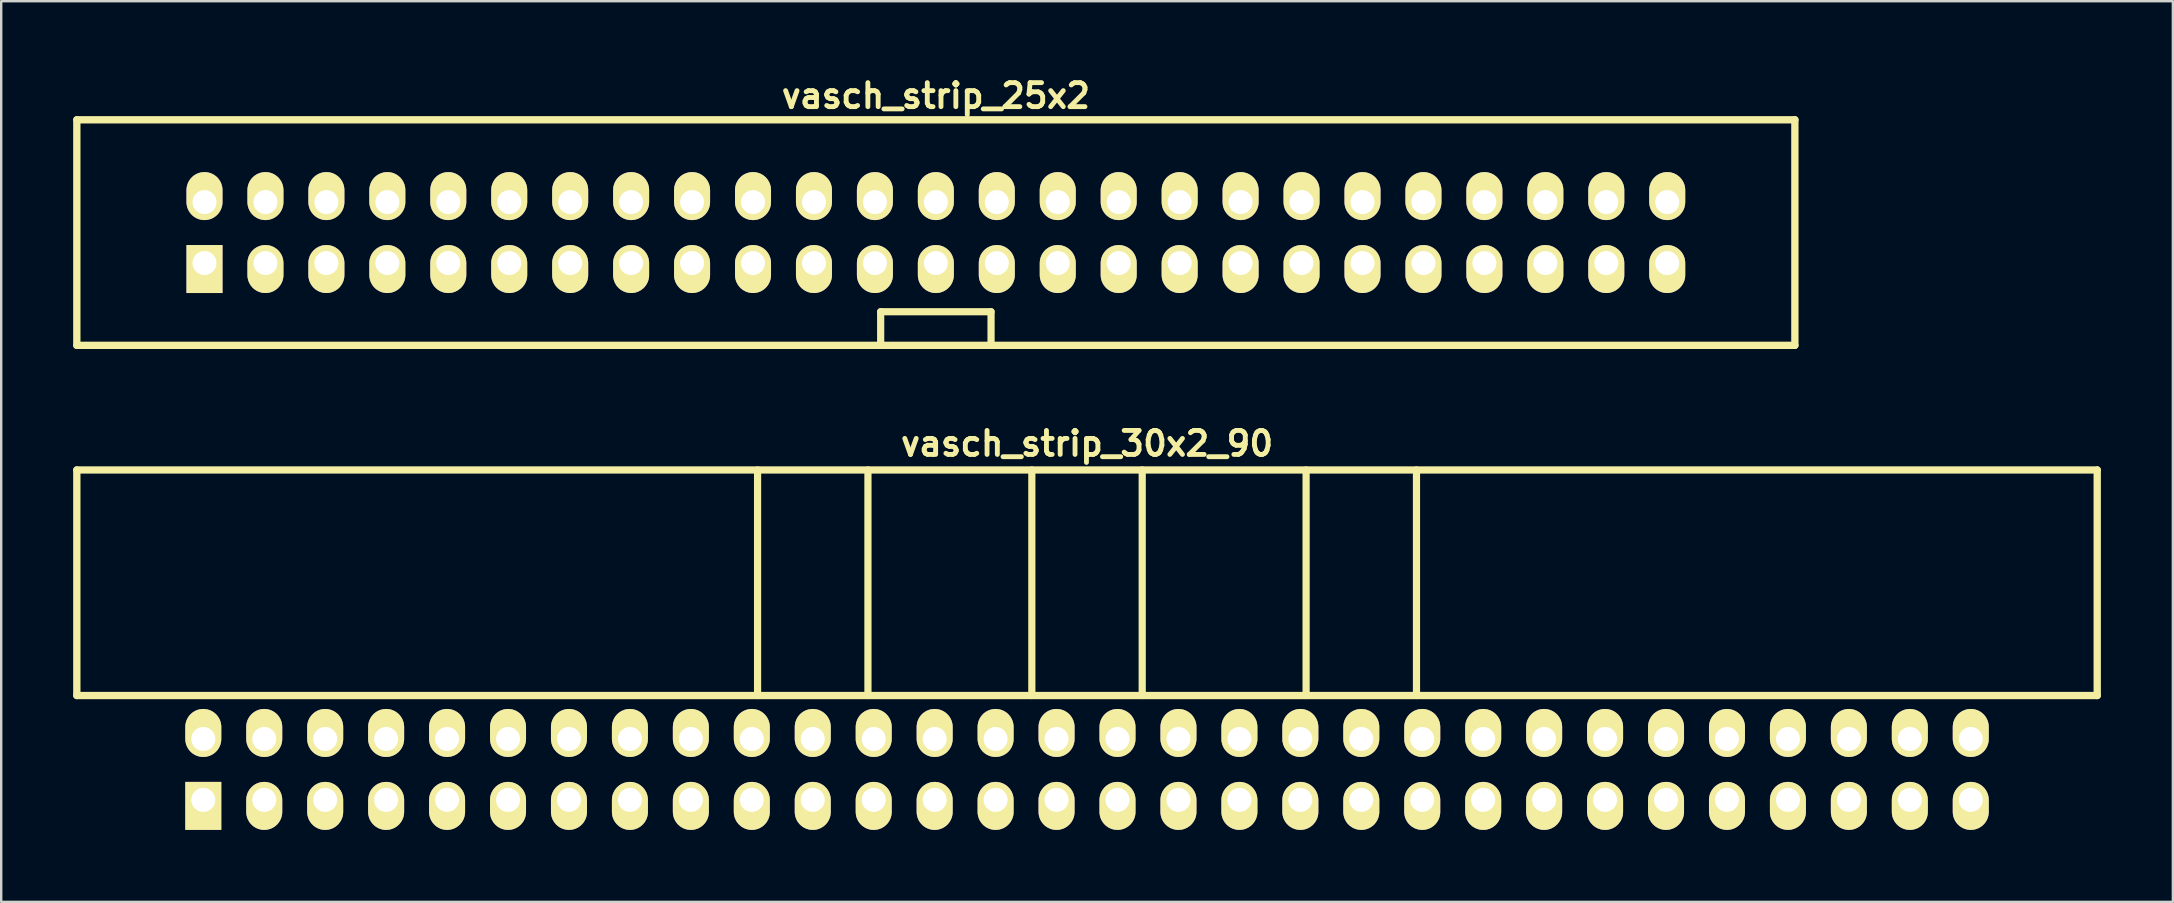
<source format=kicad_pcb>
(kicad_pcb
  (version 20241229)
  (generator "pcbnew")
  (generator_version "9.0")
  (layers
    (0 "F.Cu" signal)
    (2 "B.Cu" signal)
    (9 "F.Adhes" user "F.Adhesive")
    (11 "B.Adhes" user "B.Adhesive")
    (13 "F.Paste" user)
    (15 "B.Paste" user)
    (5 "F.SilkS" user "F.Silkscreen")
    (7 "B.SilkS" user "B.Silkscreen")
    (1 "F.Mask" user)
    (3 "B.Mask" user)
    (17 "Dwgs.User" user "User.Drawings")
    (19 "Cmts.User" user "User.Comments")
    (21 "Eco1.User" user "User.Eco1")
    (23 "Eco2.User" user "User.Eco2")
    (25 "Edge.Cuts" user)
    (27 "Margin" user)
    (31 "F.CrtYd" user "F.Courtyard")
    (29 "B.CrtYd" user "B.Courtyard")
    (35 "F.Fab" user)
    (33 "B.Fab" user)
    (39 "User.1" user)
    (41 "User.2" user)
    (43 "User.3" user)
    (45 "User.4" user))
  (footprint "vasch_strip_25x2"
    (layer "F.Cu")
    (at 35.952 6.642)
    (property "Reference" "vasch_strip_25x2" (at 0 -5.7 0) (layer "F.SilkS") (effects (font (size 1 1) (thickness 0.203))))
    (attr through_hole)
    (fp_line (start -35.8 -4.7) (end -35.8 4.7) (stroke (width 0.305) (type solid)) (layer "F.SilkS"))
    (fp_line (start -35.8 4.7) (end 35.8 4.7) (stroke (width 0.305) (type solid)) (layer "F.SilkS"))
    (fp_line (start -2.3 3.3) (end -2.3 4.7) (stroke (width 0.3) (type solid)) (layer "F.SilkS"))
    (fp_line (start 2.3 3.3) (end -2.3 3.3) (stroke (width 0.3) (type solid)) (layer "F.SilkS"))
    (fp_line (start 2.3 4.7) (end 2.3 3.3) (stroke (width 0.3) (type solid)) (layer "F.SilkS"))
    (fp_line (start 35.8 -4.7) (end -35.8 -4.7) (stroke (width 0.305) (type solid)) (layer "F.SilkS"))
    (fp_line (start 35.8 -4.7) (end 35.8 4.7) (stroke (width 0.305) (type solid)) (layer "F.SilkS"))
    (pad "1" thru_hole rect (at -30.48 1.27) (size 1.5 2) (drill 1 (offset 0 0.25)) (layers "*.Cu" "*.Mask" "F.SilkS"))
    (pad "2" thru_hole oval (at -30.48 -1.27) (size 1.5 2) (drill 1 (offset 0 -0.25)) (layers "*.Cu" "*.Mask" "F.SilkS"))
    (pad "3" thru_hole oval (at -27.94 1.27) (size 1.5 2) (drill 1 (offset 0 0.25)) (layers "*.Cu" "*.Mask" "F.SilkS"))
    (pad "4" thru_hole oval (at -27.94 -1.27) (size 1.5 2) (drill 1 (offset 0 -0.25)) (layers "*.Cu" "*.Mask" "F.SilkS"))
    (pad "5" thru_hole oval (at -25.4 1.27) (size 1.5 2) (drill 1 (offset 0 0.25)) (layers "*.Cu" "*.Mask" "F.SilkS"))
    (pad "6" thru_hole oval (at -25.4 -1.27) (size 1.5 2) (drill 1 (offset 0 -0.25)) (layers "*.Cu" "*.Mask" "F.SilkS"))
    (pad "7" thru_hole oval (at -22.86 1.27) (size 1.5 2) (drill 1 (offset 0 0.25)) (layers "*.Cu" "*.Mask" "F.SilkS"))
    (pad "8" thru_hole oval (at -22.86 -1.27) (size 1.5 2) (drill 1 (offset 0 -0.25)) (layers "*.Cu" "*.Mask" "F.SilkS"))
    (pad "9" thru_hole oval (at -20.32 1.27) (size 1.5 2) (drill 1 (offset 0 0.25)) (layers "*.Cu" "*.Mask" "F.SilkS"))
    (pad "10" thru_hole oval (at -20.32 -1.27) (size 1.5 2) (drill 1 (offset 0 -0.25)) (layers "*.Cu" "*.Mask" "F.SilkS"))
    (pad "11" thru_hole oval (at -17.78 1.27) (size 1.5 2) (drill 1 (offset 0 0.25)) (layers "*.Cu" "*.Mask" "F.SilkS"))
    (pad "12" thru_hole oval (at -17.78 -1.27) (size 1.5 2) (drill 1 (offset 0 -0.25)) (layers "*.Cu" "*.Mask" "F.SilkS"))
    (pad "13" thru_hole oval (at -15.24 1.27) (size 1.5 2) (drill 1 (offset 0 0.25)) (layers "*.Cu" "*.Mask" "F.SilkS"))
    (pad "14" thru_hole oval (at -15.24 -1.27) (size 1.5 2) (drill 1 (offset 0 -0.25)) (layers "*.Cu" "*.Mask" "F.SilkS"))
    (pad "15" thru_hole oval (at -12.7 1.27) (size 1.5 2) (drill 1 (offset 0 0.25)) (layers "*.Cu" "*.Mask" "F.SilkS"))
    (pad "16" thru_hole oval (at -12.7 -1.27) (size 1.5 2) (drill 1 (offset 0 -0.25)) (layers "*.Cu" "*.Mask" "F.SilkS"))
    (pad "17" thru_hole oval (at -10.16 1.27) (size 1.5 2) (drill 1 (offset 0 0.25)) (layers "*.Cu" "*.Mask" "F.SilkS"))
    (pad "18" thru_hole oval (at -10.16 -1.27) (size 1.5 2) (drill 1 (offset 0 -0.25)) (layers "*.Cu" "*.Mask" "F.SilkS"))
    (pad "19" thru_hole oval (at -7.62 1.27) (size 1.5 2) (drill 1 (offset 0 0.25)) (layers "*.Cu" "*.Mask" "F.SilkS"))
    (pad "20" thru_hole oval (at -7.62 -1.27) (size 1.5 2) (drill 1 (offset 0 -0.25)) (layers "*.Cu" "*.Mask" "F.SilkS"))
    (pad "21" thru_hole oval (at -5.08 1.27) (size 1.5 2) (drill 1 (offset 0 0.25)) (layers "*.Cu" "*.Mask" "F.SilkS"))
    (pad "22" thru_hole oval (at -5.08 -1.27) (size 1.5 2) (drill 1 (offset 0 -0.25)) (layers "*.Cu" "*.Mask" "F.SilkS"))
    (pad "23" thru_hole oval (at -2.54 1.27) (size 1.5 2) (drill 1 (offset 0 0.25)) (layers "*.Cu" "*.Mask" "F.SilkS"))
    (pad "24" thru_hole oval (at -2.54 -1.27) (size 1.5 2) (drill 1 (offset 0 -0.25)) (layers "*.Cu" "*.Mask" "F.SilkS"))
    (pad "25" thru_hole oval (at 0 1.27) (size 1.5 2) (drill 1 (offset 0 0.25)) (layers "*.Cu" "*.Mask" "F.SilkS"))
    (pad "26" thru_hole oval (at 0 -1.27) (size 1.5 2) (drill 1 (offset 0 -0.25)) (layers "*.Cu" "*.Mask" "F.SilkS"))
    (pad "27" thru_hole oval (at 2.54 1.27) (size 1.5 2) (drill 1 (offset 0 0.25)) (layers "*.Cu" "*.Mask" "F.SilkS"))
    (pad "28" thru_hole oval (at 2.54 -1.27) (size 1.5 2) (drill 1 (offset 0 -0.25)) (layers "*.Cu" "*.Mask" "F.SilkS"))
    (pad "29" thru_hole oval (at 5.08 1.27) (size 1.5 2) (drill 1 (offset 0 0.25)) (layers "*.Cu" "*.Mask" "F.SilkS"))
    (pad "30" thru_hole oval (at 5.08 -1.27) (size 1.5 2) (drill 1 (offset 0 -0.25)) (layers "*.Cu" "*.Mask" "F.SilkS"))
    (pad "31" thru_hole oval (at 7.62 1.27) (size 1.5 2) (drill 1 (offset 0 0.25)) (layers "*.Cu" "*.Mask" "F.SilkS"))
    (pad "32" thru_hole oval (at 7.62 -1.27) (size 1.5 2) (drill 1 (offset 0 -0.25)) (layers "*.Cu" "*.Mask" "F.SilkS"))
    (pad "33" thru_hole oval (at 10.16 1.27) (size 1.5 2) (drill 1 (offset 0 0.25)) (layers "*.Cu" "*.Mask" "F.SilkS"))
    (pad "34" thru_hole oval (at 10.16 -1.27) (size 1.5 2) (drill 1 (offset 0 -0.25)) (layers "*.Cu" "*.Mask" "F.SilkS"))
    (pad "35" thru_hole oval (at 12.7 1.27) (size 1.5 2) (drill 1 (offset 0 0.25)) (layers "*.Cu" "*.Mask" "F.SilkS"))
    (pad "36" thru_hole oval (at 12.7 -1.27) (size 1.5 2) (drill 1 (offset 0 -0.25)) (layers "*.Cu" "*.Mask" "F.SilkS"))
    (pad "37" thru_hole oval (at 15.24 1.27) (size 1.5 2) (drill 1 (offset 0 0.25)) (layers "*.Cu" "*.Mask" "F.SilkS"))
    (pad "38" thru_hole oval (at 15.24 -1.27) (size 1.5 2) (drill 1 (offset 0 -0.25)) (layers "*.Cu" "*.Mask" "F.SilkS"))
    (pad "39" thru_hole oval (at 17.78 1.27) (size 1.5 2) (drill 1 (offset 0 0.25)) (layers "*.Cu" "*.Mask" "F.SilkS"))
    (pad "40" thru_hole oval (at 17.78 -1.27) (size 1.5 2) (drill 1 (offset 0 -0.25)) (layers "*.Cu" "*.Mask" "F.SilkS"))
    (pad "41" thru_hole oval (at 20.32 1.27) (size 1.5 2) (drill 1 (offset 0 0.25)) (layers "*.Cu" "*.Mask" "F.SilkS"))
    (pad "42" thru_hole oval (at 20.32 -1.27) (size 1.5 2) (drill 1 (offset 0 -0.25)) (layers "*.Cu" "*.Mask" "F.SilkS"))
    (pad "43" thru_hole oval (at 22.86 1.27) (size 1.5 2) (drill 1 (offset 0 0.25)) (layers "*.Cu" "*.Mask" "F.SilkS"))
    (pad "44" thru_hole oval (at 22.86 -1.27) (size 1.5 2) (drill 1 (offset 0 -0.25)) (layers "*.Cu" "*.Mask" "F.SilkS"))
    (pad "45" thru_hole oval (at 25.4 1.27) (size 1.5 2) (drill 1 (offset 0 0.25)) (layers "*.Cu" "*.Mask" "F.SilkS"))
    (pad "46" thru_hole oval (at 25.4 -1.27) (size 1.5 2) (drill 1 (offset 0 -0.25)) (layers "*.Cu" "*.Mask" "F.SilkS"))
    (pad "47" thru_hole oval (at 27.94 1.27) (size 1.5 2) (drill 1 (offset 0 0.25)) (layers "*.Cu" "*.Mask" "F.SilkS"))
    (pad "48" thru_hole oval (at 27.94 -1.27) (size 1.5 2) (drill 1 (offset 0 -0.25)) (layers "*.Cu" "*.Mask" "F.SilkS"))
    (pad "49" thru_hole oval (at 30.48 1.27) (size 1.5 2) (drill 1 (offset 0 0.25)) (layers "*.Cu" "*.Mask" "F.SilkS"))
    (pad "50" thru_hole oval (at 30.48 -1.27) (size 1.5 2) (drill 1 (offset 0 -0.25)) (layers "*.Cu" "*.Mask" "F.SilkS")))
  (footprint "vasch_strip_30x2_90"
    (layer "F.Cu")
    (at 42.252 23.936)
    (property "Reference" "vasch_strip_30x2_90" (at 0 -8.5 0) (layer "F.SilkS") (effects (font (size 1 1) (thickness 0.203))))
    (attr through_hole)
    (fp_line (start -42.1 -7.4) (end -42.1 2) (stroke (width 0.305) (type solid)) (layer "F.SilkS"))
    (fp_line (start -42.1 2) (end 42.1 2) (stroke (width 0.305) (type solid)) (layer "F.SilkS"))
    (fp_line (start -13.73 -7.4) (end -13.73 2) (stroke (width 0.3) (type solid)) (layer "F.SilkS"))
    (fp_line (start -9.13 -7.4) (end -9.13 2) (stroke (width 0.3) (type solid)) (layer "F.SilkS"))
    (fp_line (start -2.3 -7.4) (end -2.3 2) (stroke (width 0.3) (type solid)) (layer "F.SilkS"))
    (fp_line (start 2.3 -7.4) (end 2.3 2) (stroke (width 0.3) (type solid)) (layer "F.SilkS"))
    (fp_line (start 9.13 -7.4) (end 9.13 2) (stroke (width 0.3) (type solid)) (layer "F.SilkS"))
    (fp_line (start 13.73 -7.4) (end 13.73 2) (stroke (width 0.3) (type solid)) (layer "F.SilkS"))
    (fp_line (start 42.1 -7.4) (end -42.1 -7.4) (stroke (width 0.305) (type solid)) (layer "F.SilkS"))
    (fp_line (start 42.1 -7.4) (end 42.1 2) (stroke (width 0.305) (type solid)) (layer "F.SilkS"))
    (pad "1" thru_hole rect (at -36.83 6.35) (size 1.5 2) (drill 1 (offset 0 0.25)) (layers "*.Cu" "*.Mask" "F.SilkS"))
    (pad "2" thru_hole oval (at -36.83 3.81) (size 1.5 2) (drill 1 (offset 0 -0.25)) (layers "*.Cu" "*.Mask" "F.SilkS"))
    (pad "3" thru_hole oval (at -34.29 6.35) (size 1.5 2) (drill 1 (offset 0 0.25)) (layers "*.Cu" "*.Mask" "F.SilkS"))
    (pad "4" thru_hole oval (at -34.29 3.81) (size 1.5 2) (drill 1 (offset 0 -0.25)) (layers "*.Cu" "*.Mask" "F.SilkS"))
    (pad "5" thru_hole oval (at -31.75 6.35) (size 1.5 2) (drill 1 (offset 0 0.25)) (layers "*.Cu" "*.Mask" "F.SilkS"))
    (pad "6" thru_hole oval (at -31.75 3.81) (size 1.5 2) (drill 1 (offset 0 -0.25)) (layers "*.Cu" "*.Mask" "F.SilkS"))
    (pad "7" thru_hole oval (at -29.21 6.35) (size 1.5 2) (drill 1 (offset 0 0.25)) (layers "*.Cu" "*.Mask" "F.SilkS"))
    (pad "8" thru_hole oval (at -29.21 3.81) (size 1.5 2) (drill 1 (offset 0 -0.25)) (layers "*.Cu" "*.Mask" "F.SilkS"))
    (pad "9" thru_hole oval (at -26.67 6.35) (size 1.5 2) (drill 1 (offset 0 0.25)) (layers "*.Cu" "*.Mask" "F.SilkS"))
    (pad "10" thru_hole oval (at -26.67 3.81) (size 1.5 2) (drill 1 (offset 0 -0.25)) (layers "*.Cu" "*.Mask" "F.SilkS"))
    (pad "11" thru_hole oval (at -24.13 6.35) (size 1.5 2) (drill 1 (offset 0 0.25)) (layers "*.Cu" "*.Mask" "F.SilkS"))
    (pad "12" thru_hole oval (at -24.13 3.81) (size 1.5 2) (drill 1 (offset 0 -0.25)) (layers "*.Cu" "*.Mask" "F.SilkS"))
    (pad "13" thru_hole oval (at -21.59 6.35) (size 1.5 2) (drill 1 (offset 0 0.25)) (layers "*.Cu" "*.Mask" "F.SilkS"))
    (pad "14" thru_hole oval (at -21.59 3.81) (size 1.5 2) (drill 1 (offset 0 -0.25)) (layers "*.Cu" "*.Mask" "F.SilkS"))
    (pad "15" thru_hole oval (at -19.05 6.35) (size 1.5 2) (drill 1 (offset 0 0.25)) (layers "*.Cu" "*.Mask" "F.SilkS"))
    (pad "16" thru_hole oval (at -19.05 3.81) (size 1.5 2) (drill 1 (offset 0 -0.25)) (layers "*.Cu" "*.Mask" "F.SilkS"))
    (pad "17" thru_hole oval (at -16.51 6.35) (size 1.5 2) (drill 1 (offset 0 0.25)) (layers "*.Cu" "*.Mask" "F.SilkS"))
    (pad "18" thru_hole oval (at -16.51 3.81) (size 1.5 2) (drill 1 (offset 0 -0.25)) (layers "*.Cu" "*.Mask" "F.SilkS"))
    (pad "19" thru_hole oval (at -13.97 6.35) (size 1.5 2) (drill 1 (offset 0 0.25)) (layers "*.Cu" "*.Mask" "F.SilkS"))
    (pad "20" thru_hole oval (at -13.97 3.81) (size 1.5 2) (drill 1 (offset 0 -0.25)) (layers "*.Cu" "*.Mask" "F.SilkS"))
    (pad "21" thru_hole oval (at -11.43 6.35) (size 1.5 2) (drill 1 (offset 0 0.25)) (layers "*.Cu" "*.Mask" "F.SilkS"))
    (pad "22" thru_hole oval (at -11.43 3.81) (size 1.5 2) (drill 1 (offset 0 -0.25)) (layers "*.Cu" "*.Mask" "F.SilkS"))
    (pad "23" thru_hole oval (at -8.89 6.35) (size 1.5 2) (drill 1 (offset 0 0.25)) (layers "*.Cu" "*.Mask" "F.SilkS"))
    (pad "24" thru_hole oval (at -8.89 3.81) (size 1.5 2) (drill 1 (offset 0 -0.25)) (layers "*.Cu" "*.Mask" "F.SilkS"))
    (pad "25" thru_hole oval (at -6.35 6.35) (size 1.5 2) (drill 1 (offset 0 0.25)) (layers "*.Cu" "*.Mask" "F.SilkS"))
    (pad "26" thru_hole oval (at -6.35 3.81) (size 1.5 2) (drill 1 (offset 0 -0.25)) (layers "*.Cu" "*.Mask" "F.SilkS"))
    (pad "27" thru_hole oval (at -3.81 6.35) (size 1.5 2) (drill 1 (offset 0 0.25)) (layers "*.Cu" "*.Mask" "F.SilkS"))
    (pad "28" thru_hole oval (at -3.81 3.81) (size 1.5 2) (drill 1 (offset 0 -0.25)) (layers "*.Cu" "*.Mask" "F.SilkS"))
    (pad "29" thru_hole oval (at -1.27 6.35) (size 1.5 2) (drill 1 (offset 0 0.25)) (layers "*.Cu" "*.Mask" "F.SilkS"))
    (pad "30" thru_hole oval (at -1.27 3.81) (size 1.5 2) (drill 1 (offset 0 -0.25)) (layers "*.Cu" "*.Mask" "F.SilkS"))
    (pad "31" thru_hole oval (at 1.27 6.35) (size 1.5 2) (drill 1 (offset 0 0.25)) (layers "*.Cu" "*.Mask" "F.SilkS"))
    (pad "32" thru_hole oval (at 1.27 3.81) (size 1.5 2) (drill 1 (offset 0 -0.25)) (layers "*.Cu" "*.Mask" "F.SilkS"))
    (pad "33" thru_hole oval (at 3.81 6.35) (size 1.5 2) (drill 1 (offset 0 0.25)) (layers "*.Cu" "*.Mask" "F.SilkS"))
    (pad "34" thru_hole oval (at 3.81 3.81) (size 1.5 2) (drill 1 (offset 0 -0.25)) (layers "*.Cu" "*.Mask" "F.SilkS"))
    (pad "35" thru_hole oval (at 6.35 6.35) (size 1.5 2) (drill 1 (offset 0 0.25)) (layers "*.Cu" "*.Mask" "F.SilkS"))
    (pad "36" thru_hole oval (at 6.35 3.81) (size 1.5 2) (drill 1 (offset 0 -0.25)) (layers "*.Cu" "*.Mask" "F.SilkS"))
    (pad "37" thru_hole oval (at 8.89 6.35) (size 1.5 2) (drill 1 (offset 0 0.25)) (layers "*.Cu" "*.Mask" "F.SilkS"))
    (pad "38" thru_hole oval (at 8.89 3.81) (size 1.5 2) (drill 1 (offset 0 -0.25)) (layers "*.Cu" "*.Mask" "F.SilkS"))
    (pad "39" thru_hole oval (at 11.43 6.35) (size 1.5 2) (drill 1 (offset 0 0.25)) (layers "*.Cu" "*.Mask" "F.SilkS"))
    (pad "40" thru_hole oval (at 11.43 3.81) (size 1.5 2) (drill 1 (offset 0 -0.25)) (layers "*.Cu" "*.Mask" "F.SilkS"))
    (pad "41" thru_hole oval (at 13.97 6.35) (size 1.5 2) (drill 1 (offset 0 0.25)) (layers "*.Cu" "*.Mask" "F.SilkS"))
    (pad "42" thru_hole oval (at 13.97 3.81) (size 1.5 2) (drill 1 (offset 0 -0.25)) (layers "*.Cu" "*.Mask" "F.SilkS"))
    (pad "43" thru_hole oval (at 16.51 6.35) (size 1.5 2) (drill 1 (offset 0 0.25)) (layers "*.Cu" "*.Mask" "F.SilkS"))
    (pad "44" thru_hole oval (at 16.51 3.81) (size 1.5 2) (drill 1 (offset 0 -0.25)) (layers "*.Cu" "*.Mask" "F.SilkS"))
    (pad "45" thru_hole oval (at 19.05 6.35) (size 1.5 2) (drill 1 (offset 0 0.25)) (layers "*.Cu" "*.Mask" "F.SilkS"))
    (pad "46" thru_hole oval (at 19.05 3.81) (size 1.5 2) (drill 1 (offset 0 -0.25)) (layers "*.Cu" "*.Mask" "F.SilkS"))
    (pad "47" thru_hole oval (at 21.59 6.35) (size 1.5 2) (drill 1 (offset 0 0.25)) (layers "*.Cu" "*.Mask" "F.SilkS"))
    (pad "48" thru_hole oval (at 21.59 3.81) (size 1.5 2) (drill 1 (offset 0 -0.25)) (layers "*.Cu" "*.Mask" "F.SilkS"))
    (pad "49" thru_hole oval (at 24.13 6.35) (size 1.5 2) (drill 1 (offset 0 0.25)) (layers "*.Cu" "*.Mask" "F.SilkS"))
    (pad "50" thru_hole oval (at 24.13 3.81) (size 1.5 2) (drill 1 (offset 0 -0.25)) (layers "*.Cu" "*.Mask" "F.SilkS"))
    (pad "51" thru_hole oval (at 26.67 6.35) (size 1.5 2) (drill 1 (offset 0 0.25)) (layers "*.Cu" "*.Mask" "F.SilkS"))
    (pad "52" thru_hole oval (at 26.67 3.81) (size 1.5 2) (drill 1 (offset 0 -0.25)) (layers "*.Cu" "*.Mask" "F.SilkS"))
    (pad "53" thru_hole oval (at 29.21 6.35) (size 1.5 2) (drill 1 (offset 0 0.25)) (layers "*.Cu" "*.Mask" "F.SilkS"))
    (pad "54" thru_hole oval (at 29.21 3.81) (size 1.5 2) (drill 1 (offset 0 -0.25)) (layers "*.Cu" "*.Mask" "F.SilkS"))
    (pad "55" thru_hole oval (at 31.75 6.35) (size 1.5 2) (drill 1 (offset 0 0.25)) (layers "*.Cu" "*.Mask" "F.SilkS"))
    (pad "56" thru_hole oval (at 31.75 3.81) (size 1.5 2) (drill 1 (offset 0 -0.25)) (layers "*.Cu" "*.Mask" "F.SilkS"))
    (pad "57" thru_hole oval (at 34.29 6.35) (size 1.5 2) (drill 1 (offset 0 0.25)) (layers "*.Cu" "*.Mask" "F.SilkS"))
    (pad "58" thru_hole oval (at 34.29 3.81) (size 1.5 2) (drill 1 (offset 0 -0.25)) (layers "*.Cu" "*.Mask" "F.SilkS"))
    (pad "59" thru_hole oval (at 36.83 6.35) (size 1.5 2) (drill 1 (offset 0 0.25)) (layers "*.Cu" "*.Mask" "F.SilkS"))
    (pad "60" thru_hole oval (at 36.83 3.81) (size 1.5 2) (drill 1 (offset 0 -0.25)) (layers "*.Cu" "*.Mask" "F.SilkS")))
  (gr_rect
    (start -3 -3)
    (end 87.505 34.536)
    (stroke (width 0.1) (type default))
    (fill no)
    (layer "Edge.Cuts")))
</source>
